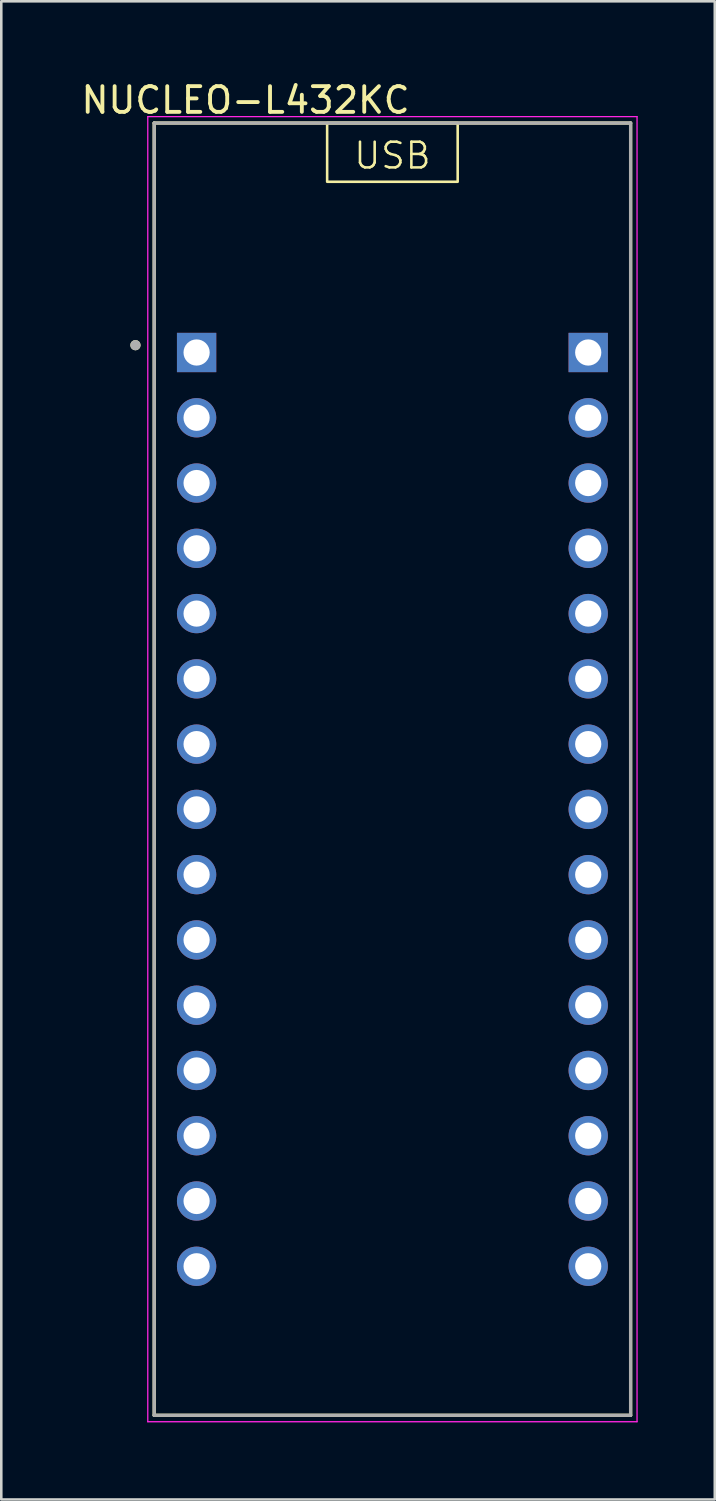
<source format=kicad_pcb>
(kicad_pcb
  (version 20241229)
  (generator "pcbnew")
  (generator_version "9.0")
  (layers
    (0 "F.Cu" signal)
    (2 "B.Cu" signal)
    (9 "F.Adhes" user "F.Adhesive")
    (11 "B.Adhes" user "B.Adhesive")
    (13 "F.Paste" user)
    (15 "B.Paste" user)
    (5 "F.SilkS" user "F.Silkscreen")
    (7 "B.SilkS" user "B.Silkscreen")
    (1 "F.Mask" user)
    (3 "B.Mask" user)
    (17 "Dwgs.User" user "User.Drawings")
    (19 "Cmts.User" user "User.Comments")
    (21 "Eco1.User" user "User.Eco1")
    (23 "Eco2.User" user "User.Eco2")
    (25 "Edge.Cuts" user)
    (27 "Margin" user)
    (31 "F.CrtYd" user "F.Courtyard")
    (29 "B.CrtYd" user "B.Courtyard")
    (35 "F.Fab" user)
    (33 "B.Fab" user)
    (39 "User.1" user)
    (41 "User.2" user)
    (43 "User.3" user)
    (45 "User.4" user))
  (footprint "NUCLEO-L432KC"
    (layer "F.Cu")
    (at 12.221 26.883)
    (property "Reference" "NUCLEO-L432KC" (at -5.715 -26.035 0) (layer "F.SilkS") (effects (font (size 1 1) (thickness 0.15))))
    (attr through_hole)
    (fp_line (start -9.27 -25.145) (end 9.27 -25.145) (stroke (width 0.127) (type solid)) (layer "F.SilkS"))
    (fp_line (start -9.27 25.145) (end -9.27 -25.145) (stroke (width 0.127) (type solid)) (layer "F.SilkS"))
    (fp_line (start 9.27 -25.145) (end 9.27 25.145) (stroke (width 0.127) (type solid)) (layer "F.SilkS"))
    (fp_line (start 9.27 25.145) (end -9.27 25.145) (stroke (width 0.127) (type solid)) (layer "F.SilkS"))
    (fp_rect (start -2.54 -25.146) (end 2.54 -22.86) (stroke (width 0.1) (type default)) (fill no) (layer "F.SilkS"))
    (fp_circle (center -10 -16.5) (end -9.9 -16.5) (stroke (width 0.2) (type solid)) (fill no) (layer "F.SilkS"))
    (fp_line (start -9.52 -25.395) (end 9.52 -25.395) (stroke (width 0.05) (type solid)) (layer "F.CrtYd"))
    (fp_line (start -9.52 25.395) (end -9.52 -25.395) (stroke (width 0.05) (type solid)) (layer "F.CrtYd"))
    (fp_line (start 9.52 -25.395) (end 9.52 25.395) (stroke (width 0.05) (type solid)) (layer "F.CrtYd"))
    (fp_line (start 9.52 25.395) (end -9.52 25.395) (stroke (width 0.05) (type solid)) (layer "F.CrtYd"))
    (fp_line (start -9.27 -25.145) (end 9.27 -25.145) (stroke (width 0.127) (type solid)) (layer "F.Fab"))
    (fp_line (start -9.27 25.145) (end -9.27 -25.145) (stroke (width 0.127) (type solid)) (layer "F.Fab"))
    (fp_line (start 9.27 -25.145) (end 9.27 25.145) (stroke (width 0.127) (type solid)) (layer "F.Fab"))
    (fp_line (start 9.27 25.145) (end -9.27 25.145) (stroke (width 0.127) (type solid)) (layer "F.Fab"))
    (fp_circle (center -10 -16.5) (end -9.9 -16.5) (stroke (width 0.2) (type solid)) (fill no) (layer "F.Fab"))
    (fp_text user "USB" (at 0 -23.876 0) (unlocked yes) (layer "F.SilkS") (effects (font (size 1 1) (thickness 0.1))))
    (pad "CN3_1" thru_hole rect (at -7.62 -16.215) (size 1.53 1.53) (drill 1.02) (layers "*.Cu" "*.Mask"))
    (pad "CN3_2" thru_hole circle (at -7.62 -13.675) (size 1.53 1.53) (drill 1.02) (layers "*.Cu" "*.Mask"))
    (pad "CN3_3" thru_hole circle (at -7.62 -11.135) (size 1.53 1.53) (drill 1.02) (layers "*.Cu" "*.Mask"))
    (pad "CN3_4" thru_hole circle (at -7.62 -8.595) (size 1.53 1.53) (drill 1.02) (layers "*.Cu" "*.Mask"))
    (pad "CN3_5" thru_hole circle (at -7.62 -6.055) (size 1.53 1.53) (drill 1.02) (layers "*.Cu" "*.Mask"))
    (pad "CN3_6" thru_hole circle (at -7.62 -3.515) (size 1.53 1.53) (drill 1.02) (layers "*.Cu" "*.Mask"))
    (pad "CN3_7" thru_hole circle (at -7.62 -0.975) (size 1.53 1.53) (drill 1.02) (layers "*.Cu" "*.Mask"))
    (pad "CN3_8" thru_hole circle (at -7.62 1.565) (size 1.53 1.53) (drill 1.02) (layers "*.Cu" "*.Mask"))
    (pad "CN3_9" thru_hole circle (at -7.62 4.105) (size 1.53 1.53) (drill 1.02) (layers "*.Cu" "*.Mask"))
    (pad "CN3_10" thru_hole circle (at -7.62 6.645) (size 1.53 1.53) (drill 1.02) (layers "*.Cu" "*.Mask"))
    (pad "CN3_11" thru_hole circle (at -7.62 9.185) (size 1.53 1.53) (drill 1.02) (layers "*.Cu" "*.Mask"))
    (pad "CN3_12" thru_hole circle (at -7.62 11.725) (size 1.53 1.53) (drill 1.02) (layers "*.Cu" "*.Mask"))
    (pad "CN3_13" thru_hole circle (at -7.62 14.265) (size 1.53 1.53) (drill 1.02) (layers "*.Cu" "*.Mask"))
    (pad "CN3_14" thru_hole circle (at -7.62 16.805) (size 1.53 1.53) (drill 1.02) (layers "*.Cu" "*.Mask"))
    (pad "CN3_15" thru_hole circle (at -7.62 19.345) (size 1.53 1.53) (drill 1.02) (layers "*.Cu" "*.Mask"))
    (pad "CN4_1" thru_hole rect (at 7.62 -16.215) (size 1.53 1.53) (drill 1.02) (layers "*.Cu" "*.Mask"))
    (pad "CN4_2" thru_hole circle (at 7.62 -13.675) (size 1.53 1.53) (drill 1.02) (layers "*.Cu" "*.Mask"))
    (pad "CN4_3" thru_hole circle (at 7.62 -11.135) (size 1.53 1.53) (drill 1.02) (layers "*.Cu" "*.Mask"))
    (pad "CN4_4" thru_hole circle (at 7.62 -8.595) (size 1.53 1.53) (drill 1.02) (layers "*.Cu" "*.Mask"))
    (pad "CN4_5" thru_hole circle (at 7.62 -6.055) (size 1.53 1.53) (drill 1.02) (layers "*.Cu" "*.Mask"))
    (pad "CN4_6" thru_hole circle (at 7.62 -3.515) (size 1.53 1.53) (drill 1.02) (layers "*.Cu" "*.Mask"))
    (pad "CN4_7" thru_hole circle (at 7.62 -0.975) (size 1.53 1.53) (drill 1.02) (layers "*.Cu" "*.Mask"))
    (pad "CN4_8" thru_hole circle (at 7.62 1.565) (size 1.53 1.53) (drill 1.02) (layers "*.Cu" "*.Mask"))
    (pad "CN4_9" thru_hole circle (at 7.62 4.105) (size 1.53 1.53) (drill 1.02) (layers "*.Cu" "*.Mask"))
    (pad "CN4_10" thru_hole circle (at 7.62 6.645) (size 1.53 1.53) (drill 1.02) (layers "*.Cu" "*.Mask"))
    (pad "CN4_11" thru_hole circle (at 7.62 9.185) (size 1.53 1.53) (drill 1.02) (layers "*.Cu" "*.Mask"))
    (pad "CN4_12" thru_hole circle (at 7.62 11.725) (size 1.53 1.53) (drill 1.02) (layers "*.Cu" "*.Mask"))
    (pad "CN4_13" thru_hole circle (at 7.62 14.265) (size 1.53 1.53) (drill 1.02) (layers "*.Cu" "*.Mask"))
    (pad "CN4_14" thru_hole circle (at 7.62 16.805) (size 1.53 1.53) (drill 1.02) (layers "*.Cu" "*.Mask"))
    (pad "CN4_15" thru_hole circle (at 7.62 19.345) (size 1.53 1.53) (drill 1.02) (layers "*.Cu" "*.Mask")))
  (gr_rect
    (start -3 -3)
    (end 24.766 55.303)
    (stroke (width 0.1) (type default))
    (fill no)
    (layer "Edge.Cuts")))
</source>
